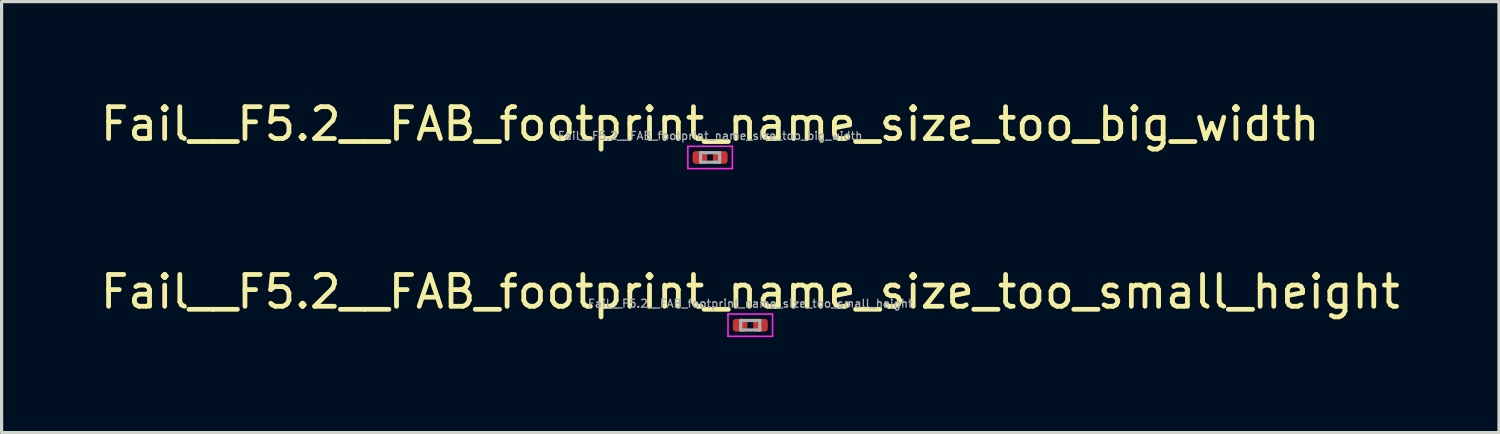
<source format=kicad_pcb>
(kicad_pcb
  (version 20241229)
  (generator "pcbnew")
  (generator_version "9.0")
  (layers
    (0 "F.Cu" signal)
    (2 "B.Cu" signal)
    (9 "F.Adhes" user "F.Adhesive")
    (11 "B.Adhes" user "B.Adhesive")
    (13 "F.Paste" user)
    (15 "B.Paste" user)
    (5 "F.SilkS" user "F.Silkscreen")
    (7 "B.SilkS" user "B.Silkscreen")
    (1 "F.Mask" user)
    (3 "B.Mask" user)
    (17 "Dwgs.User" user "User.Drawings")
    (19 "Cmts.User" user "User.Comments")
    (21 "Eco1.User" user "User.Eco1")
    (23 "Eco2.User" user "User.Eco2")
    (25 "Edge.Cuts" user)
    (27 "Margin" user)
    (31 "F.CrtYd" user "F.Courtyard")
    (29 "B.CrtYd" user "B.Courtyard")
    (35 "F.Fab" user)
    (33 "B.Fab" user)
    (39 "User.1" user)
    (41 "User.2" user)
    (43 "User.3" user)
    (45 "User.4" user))
  (footprint "Fail__F5.2__FAB_footprint_name_size_too_big_width"
    (layer "F.Cu")
    (at 19.268 1.898)
    (property "Reference" "Fail__F5.2__FAB_footprint_name_size_too_big_width" (at 0 -1.05 0) (layer "F.SilkS") (effects (font (size 1 1) (thickness 0.15))))
    (attr smd)
    (fp_line (start -0.7 -0.35) (end 0.7 -0.35) (stroke (width 0.05) (type solid)) (layer "F.CrtYd"))
    (fp_line (start -0.7 0.35) (end -0.7 -0.35) (stroke (width 0.05) (type solid)) (layer "F.CrtYd"))
    (fp_line (start 0.7 -0.35) (end 0.7 0.35) (stroke (width 0.05) (type solid)) (layer "F.CrtYd"))
    (fp_line (start 0.7 0.35) (end -0.7 0.35) (stroke (width 0.05) (type solid)) (layer "F.CrtYd"))
    (fp_line (start -0.3 -0.15) (end 0.3 -0.15) (stroke (width 0.1) (type solid)) (layer "F.Fab"))
    (fp_line (start -0.3 0.15) (end -0.3 -0.15) (stroke (width 0.1) (type solid)) (layer "F.Fab"))
    (fp_line (start 0.3 -0.15) (end 0.3 0.15) (stroke (width 0.1) (type solid)) (layer "F.Fab"))
    (fp_line (start 0.3 0.15) (end -0.3 0.15) (stroke (width 0.1) (type solid)) (layer "F.Fab"))
    (fp_text user "${REFERENCE}" (at 0 -0.68 0) (layer "F.Fab") (effects (font (size 0.25 0.25) (thickness 0.04))))
    (pad "" smd roundrect (at -0.345 0) (size 0.318 0.36) (layers "F.Paste") (roundrect_rratio 0.25))
    (pad "" smd roundrect (at 0.345 0) (size 0.318 0.36) (layers "F.Paste") (roundrect_rratio 0.25))
    (pad "1" smd roundrect (at -0.32 0) (size 0.46 0.4) (layers "F.Cu" "F.Mask") (roundrect_rratio 0.25))
    (pad "2" smd roundrect (at 0.32 0) (size 0.46 0.4) (layers "F.Cu" "F.Mask") (roundrect_rratio 0.25)))
  (footprint "Fail__F5.2__FAB_footprint_name_size_too_small_height"
    (layer "F.Cu")
    (at 20.53 7.171)
    (property "Reference" "Fail__F5.2__FAB_footprint_name_size_too_small_height" (at 0 -1.05 0) (layer "F.SilkS") (effects (font (size 1 1) (thickness 0.15))))
    (attr smd)
    (fp_line (start -0.7 -0.35) (end 0.7 -0.35) (stroke (width 0.05) (type solid)) (layer "F.CrtYd"))
    (fp_line (start -0.7 0.35) (end -0.7 -0.35) (stroke (width 0.05) (type solid)) (layer "F.CrtYd"))
    (fp_line (start 0.7 -0.35) (end 0.7 0.35) (stroke (width 0.05) (type solid)) (layer "F.CrtYd"))
    (fp_line (start 0.7 0.35) (end -0.7 0.35) (stroke (width 0.05) (type solid)) (layer "F.CrtYd"))
    (fp_line (start -0.3 -0.15) (end 0.3 -0.15) (stroke (width 0.1) (type solid)) (layer "F.Fab"))
    (fp_line (start -0.3 0.15) (end -0.3 -0.15) (stroke (width 0.1) (type solid)) (layer "F.Fab"))
    (fp_line (start 0.3 -0.15) (end 0.3 0.15) (stroke (width 0.1) (type solid)) (layer "F.Fab"))
    (fp_line (start 0.3 0.15) (end -0.3 0.15) (stroke (width 0.1) (type solid)) (layer "F.Fab"))
    (fp_text user "${REFERENCE}" (at 0 -0.68 0) (layer "F.Fab") (effects (font (size 0.25 0.25) (thickness 0.04))))
    (pad "" smd roundrect (at -0.345 0) (size 0.318 0.36) (layers "F.Paste") (roundrect_rratio 0.25))
    (pad "" smd roundrect (at 0.345 0) (size 0.318 0.36) (layers "F.Paste") (roundrect_rratio 0.25))
    (pad "1" smd roundrect (at -0.32 0) (size 0.46 0.4) (layers "F.Cu" "F.Mask") (roundrect_rratio 0.25))
    (pad "2" smd roundrect (at 0.32 0) (size 0.46 0.4) (layers "F.Cu" "F.Mask") (roundrect_rratio 0.25)))
  (gr_rect
    (start -3 -3)
    (end 44.06 10.546)
    (stroke (width 0.1) (type default))
    (fill no)
    (layer "Edge.Cuts")))
</source>
